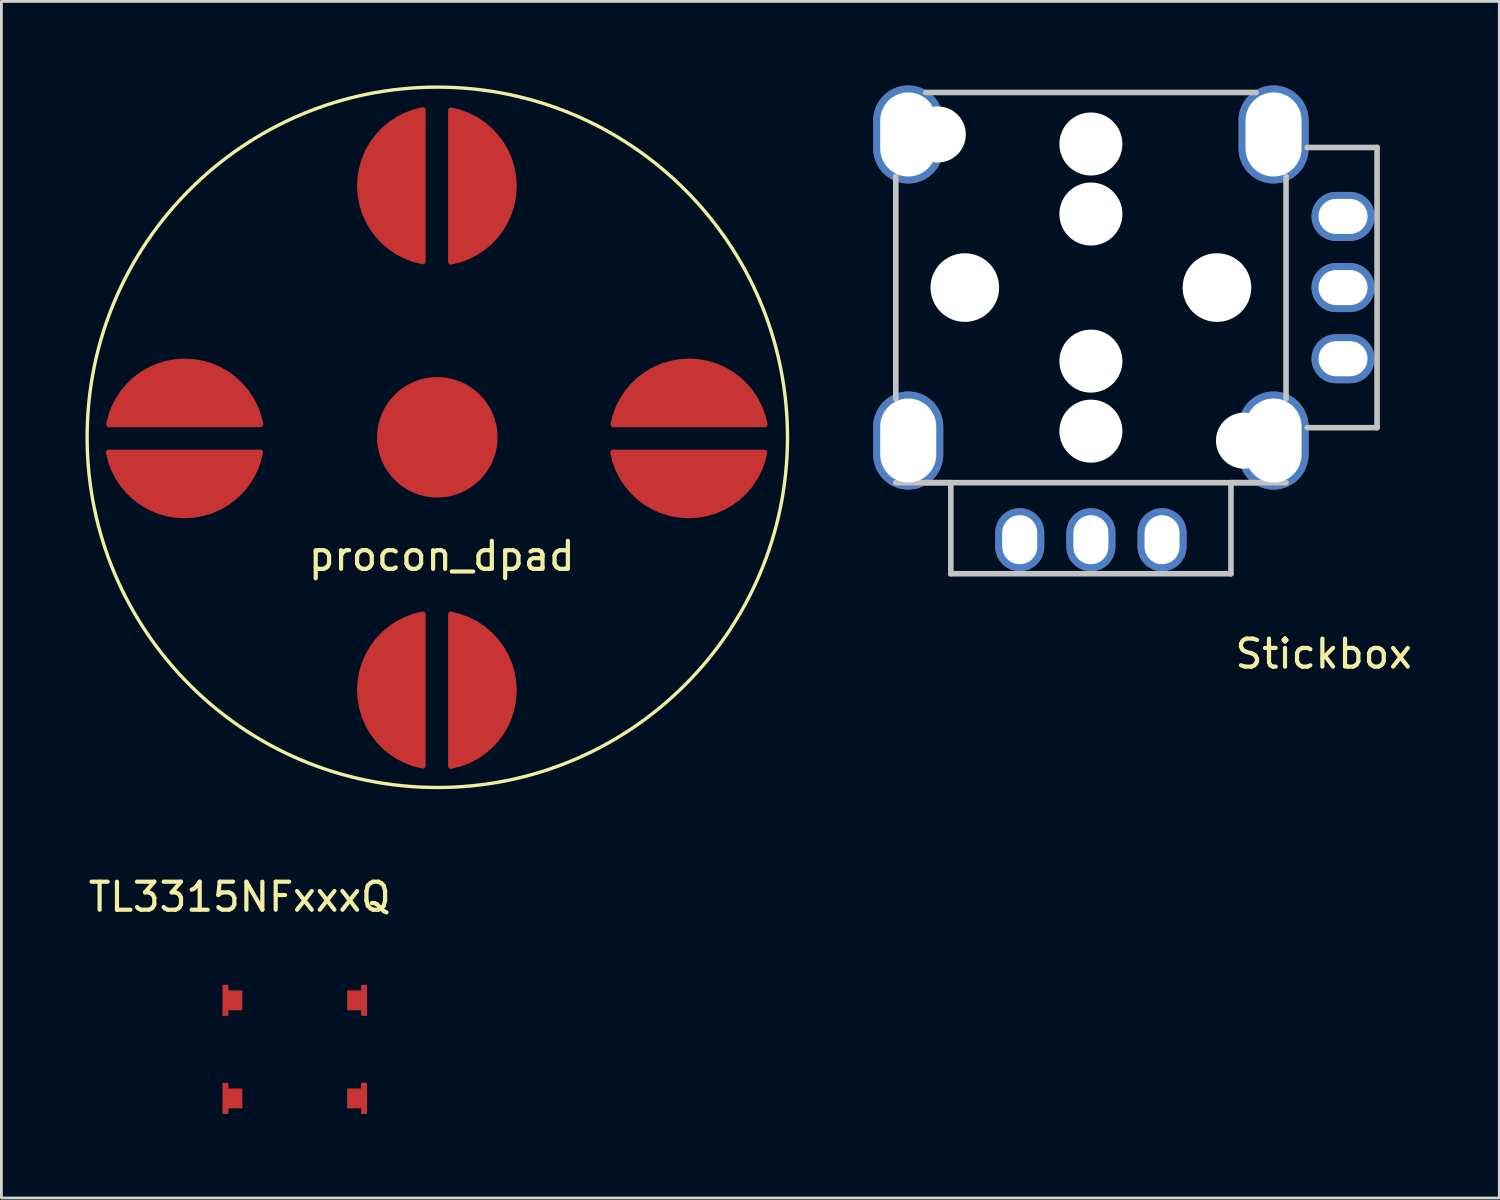
<source format=kicad_pcb>
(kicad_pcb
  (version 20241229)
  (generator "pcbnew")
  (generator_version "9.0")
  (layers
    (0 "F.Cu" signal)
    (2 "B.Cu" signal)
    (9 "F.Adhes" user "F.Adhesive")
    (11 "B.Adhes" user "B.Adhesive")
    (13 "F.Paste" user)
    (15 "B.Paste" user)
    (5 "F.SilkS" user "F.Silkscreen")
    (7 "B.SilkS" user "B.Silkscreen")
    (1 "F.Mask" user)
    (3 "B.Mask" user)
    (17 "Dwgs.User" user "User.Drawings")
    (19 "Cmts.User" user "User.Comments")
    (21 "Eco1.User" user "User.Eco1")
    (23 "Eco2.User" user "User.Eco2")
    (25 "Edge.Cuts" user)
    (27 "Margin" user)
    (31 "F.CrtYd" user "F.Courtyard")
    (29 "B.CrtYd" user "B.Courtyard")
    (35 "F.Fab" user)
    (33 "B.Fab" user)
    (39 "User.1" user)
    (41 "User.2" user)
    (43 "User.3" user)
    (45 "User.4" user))
  (footprint "Stickbox"
    (layer "F.Cu")
    (at 44.89 9.755)
    (property "Reference" "Stickbox" (at -0.69 10.535 0) (layer "F.SilkS") (effects (font (size 1 1) (thickness 0.15))))
    (attr exclude_from_pos_files exclude_from_bom)
    (fp_line (start -16.225 -7.64) (end -16.225 -8.44) (stroke (width 0.2) (type solid)) (layer "Dwgs.User"))
    (fp_line (start -16.225 3.36) (end -16.225 2.56) (stroke (width 0.2) (type solid)) (layer "Dwgs.User"))
    (fp_line (start -15.965 1.427) (end -15.965 -6.507) (stroke (width 0.2) (type solid)) (layer "Dwgs.User"))
    (fp_line (start -15.965 4.425) (end -2.035 4.425) (stroke (width 0.2) (type solid)) (layer "Dwgs.User"))
    (fp_line (start -14.895 -9.505) (end -3.105 -9.505) (stroke (width 0.2) (type solid)) (layer "Dwgs.User"))
    (fp_line (start -14.775 2.56) (end -14.775 3.36) (stroke (width 0.2) (type solid)) (layer "Dwgs.User"))
    (fp_line (start -14 4.425) (end -14.895 4.425) (stroke (width 0.2) (type solid)) (layer "Dwgs.User"))
    (fp_line (start -14 4.425) (end -14 7.675) (stroke (width 0.2) (type solid)) (layer "Dwgs.User"))
    (fp_line (start -14 7.675) (end -4 7.675) (stroke (width 0.2) (type solid)) (layer "Dwgs.User"))
    (fp_line (start -4 4.425) (end -3.105 4.425) (stroke (width 0.2) (type solid)) (layer "Dwgs.User"))
    (fp_line (start -4 7.675) (end -4 4.425) (stroke (width 0.2) (type solid)) (layer "Dwgs.User"))
    (fp_line (start -3.225 -7.64) (end -3.225 -8.44) (stroke (width 0.2) (type solid)) (layer "Dwgs.User"))
    (fp_line (start -2.035 1.427) (end -2.035 -6.507) (stroke (width 0.2) (type solid)) (layer "Dwgs.User"))
    (fp_line (start -1.775 -8.44) (end -1.775 -7.64) (stroke (width 0.2) (type solid)) (layer "Dwgs.User"))
    (fp_line (start -1.775 2.56) (end -1.775 3.36) (stroke (width 0.2) (type solid)) (layer "Dwgs.User"))
    (fp_line (start 1.215 -7.54) (end -1.279 -7.54) (stroke (width 0.2) (type solid)) (layer "Dwgs.User"))
    (fp_line (start 1.215 2.46) (end -1.279 2.46) (stroke (width 0.2) (type solid)) (layer "Dwgs.User"))
    (fp_line (start 1.215 2.46) (end 1.215 -7.54) (stroke (width 0.2) (type solid)) (layer "Dwgs.User"))
    (fp_arc (start -16.224999 -8.440001) (mid -15.738011 -9.124818) (end -14.931275 -8.889641) (stroke (width 0.2) (type solid)) (layer "Dwgs.User"))
    (fp_arc (start -16.224999 2.56) (mid -15.5 1.835001) (end -14.775001 2.56) (stroke (width 0.2) (type solid)) (layer "Dwgs.User"))
    (fp_arc (start -14.972069 -7.143095) (mid -15.767279 -6.966066) (end -16.225001 -7.640001) (stroke (width 0.2) (type solid)) (layer "Dwgs.User"))
    (fp_arc (start -14.775 3.36) (mid -15.5 4.085) (end -16.225 3.36) (stroke (width 0.2) (type solid)) (layer "Dwgs.User"))
    (fp_arc (start -3.225 -8.440001) (mid -2.5 -9.165001) (end -1.775 -8.440001) (stroke (width 0.2) (type solid)) (layer "Dwgs.User"))
    (fp_arc (start -3.02793 2.063094) (mid -2.23272 1.886066) (end -1.775 2.560001) (stroke (width 0.2) (type solid)) (layer "Dwgs.User"))
    (fp_arc (start -1.775 -7.640001) (mid -2.5 -6.915001) (end -3.225 -7.640001) (stroke (width 0.2) (type solid)) (layer "Dwgs.User"))
    (fp_arc (start -1.775 3.36) (mid -2.261989 4.044818) (end -3.068726 3.80964) (stroke (width 0.2) (type solid)) (layer "Dwgs.User"))
    (pad "" thru_hole oval (at -15.52 -8.005 90) (size 3.5 2.5) (drill oval 3 2) (layers "*.Cu" "*.Mask"))
    (pad "" thru_hole oval (at -15.52 2.92 90) (size 3.5 2.5) (drill oval 3 2) (layers "*.Cu" "*.Mask"))
    (pad "" np_thru_hole circle (at -14.465 -8.005 90) (size 2 2) (drill 2) (layers "*.Cu" "*.Mask"))
    (pad "" np_thru_hole circle (at -13.5 -2.54 270) (size 2.45 2.45) (drill 2.45) (layers "*.Cu" "*.Mask"))
    (pad "" np_thru_hole circle (at -9 -7.665 270) (size 2.25 2.25) (drill 2.25) (layers "*.Cu" "*.Mask"))
    (pad "" np_thru_hole circle (at -9 -5.165 270) (size 2.25 2.25) (drill 2.25) (layers "*.Cu" "*.Mask"))
    (pad "" np_thru_hole circle (at -9 0.085 270) (size 2.25 2.25) (drill 2.25) (layers "*.Cu" "*.Mask"))
    (pad "" np_thru_hole circle (at -9 2.585 270) (size 2.25 2.25) (drill 2.25) (layers "*.Cu" "*.Mask"))
    (pad "" np_thru_hole circle (at -4.5 -2.54 270) (size 2.45 2.45) (drill 2.45) (layers "*.Cu" "*.Mask"))
    (pad "" np_thru_hole circle (at -3.535 2.925 270) (size 2 2) (drill 2) (layers "*.Cu" "*.Mask"))
    (pad "" thru_hole oval (at -2.48 -8.005 270) (size 3.5 2.5) (drill oval 3 2) (layers "*.Cu" "*.Mask"))
    (pad "" thru_hole oval (at -2.48 2.92 270) (size 3.5 2.5) (drill oval 3 2) (layers "*.Cu" "*.Mask"))
    (pad "X1" thru_hole oval (at -6.46 6.46 270) (size 2.25 1.75) (drill oval 1.75 1.25) (layers "*.Cu" "*.Mask"))
    (pad "X2" thru_hole oval (at -9 6.46 270) (size 2.25 1.75) (drill oval 1.75 1.25) (layers "*.Cu" "*.Mask"))
    (pad "X3" thru_hole oval (at -11.54 6.46 270) (size 2.25 1.75) (drill oval 1.75 1.25) (layers "*.Cu" "*.Mask"))
    (pad "Y1" thru_hole oval (at 0 0 180) (size 2.25 1.75) (drill oval 1.75 1.25) (layers "*.Cu" "*.Mask"))
    (pad "Y2" thru_hole oval (at 0 -2.54 180) (size 2.25 1.75) (drill oval 1.75 1.25) (layers "*.Cu" "*.Mask"))
    (pad "Y3" thru_hole oval (at 0 -5.08 180) (size 2.25 1.75) (drill oval 1.75 1.25) (layers "*.Cu" "*.Mask")))
  (footprint "TL3315NFxxxQ"
    (layer "F.Cu")
    (at 5.246 32.658)
    (property "Reference" "TL3315NFxxxQ" (at 0.26 -3.69 0) (layer "F.SilkS") (effects (font (size 1 1) (thickness 0.15))))
    (attr smd)
    (pad "1" smd custom (at 0 0) (size 0.5 0.5) (layers "F.Cu" "F.Mask" "F.Paste") (options (anchor rect)) (primitives (gr_poly (pts (xy -0.35 0.55) (xy -0.35 -0.55) (xy -0.15 -0.55) (xy -0.15 -0.35) (xy 0.35 -0.35) (xy 0.35 0.35) (xy -0.15 0.35) (xy -0.15 0.55)) (width 0.01) (fill yes))))
    (pad "2" smd custom (at 4.45 0 180) (size 0.5 0.5) (layers "F.Cu" "F.Mask" "F.Paste") (options (anchor rect)) (primitives (gr_poly (pts (xy -0.35 0.55) (xy -0.35 -0.55) (xy -0.15 -0.55) (xy -0.15 -0.35) (xy 0.35 -0.35) (xy 0.35 0.35) (xy -0.15 0.35) (xy -0.15 0.55)) (width 0.01) (fill yes))))
    (pad "3" smd custom (at 0 3.5) (size 0.5 0.5) (layers "F.Cu" "F.Mask" "F.Paste") (options (anchor rect)) (primitives (gr_poly (pts (xy -0.35 0.55) (xy -0.35 -0.55) (xy -0.15 -0.55) (xy -0.15 -0.35) (xy 0.35 -0.35) (xy 0.35 0.35) (xy -0.15 0.35) (xy -0.15 0.55)) (width 0.01) (fill yes))))
    (pad "4" smd custom (at 4.45 3.5 180) (size 0.5 0.5) (layers "F.Cu" "F.Mask" "F.Paste") (options (anchor rect)) (primitives (gr_poly (pts (xy -0.35 0.55) (xy -0.35 -0.55) (xy -0.15 -0.55) (xy -0.15 -0.35) (xy 0.35 -0.35) (xy 0.35 0.35) (xy -0.15 0.35) (xy -0.15 0.55)) (width 0.01) (fill yes)))))
  (footprint "procon_dpad"
    (layer "F.Cu")
    (at 12.56 12.56)
    (property "Reference" "procon_dpad" (at 0.16 4.24 0) (layer "F.SilkS") (effects (font (size 1 1) (thickness 0.15))))
    (attr exclude_from_pos_files exclude_from_bom)
    (fp_circle (center 0 0) (end 12.5 0) (stroke (width 0.12) (type solid)) (fill no) (layer "F.SilkS"))
    (pad "" smd circle (at -9.02 0.03) (size 5.7 5.7) (layers "F.Mask"))
    (pad "" smd circle (at -0.03 9.03) (size 5.7 5.7) (layers "F.Mask"))
    (pad "" smd circle (at 0 -8.98) (size 5.7 5.7) (layers "F.Mask"))
    (pad "" smd circle (at 0 0 180) (size 4.3 4.3) (layers "F.Cu"))
    (pad "" smd circle (at 8.98 0.03) (size 5.7 5.7) (layers "F.Mask"))
    (pad "1" smd custom (at -1.515 -8.98 90) (size 1.524 1.524) (layers "F.Cu" "F.Mask" "F.Paste") (options (anchor circle)) (primitives (gr_arc (start -2.703585 0.997763) (mid 0.001138 -1.249839) (end 2.704 1) (width 0.2)) (gr_line (start -2.704 1) (end 2.704 1) (width 0.2)) (gr_poly (pts (xy -2.704 1) (xy 2.704 1) (xy 1.678 -0.678) (xy 0 -1.25) (xy -1.678 -0.678)) (width 0.2) (fill yes))))
    (pad "2" smd custom (at 8.975 1.54 180) (size 1.524 1.524) (layers "F.Cu" "F.Mask" "F.Paste") (options (anchor circle)) (primitives (gr_arc (start -2.703585 0.997763) (mid 0.001138 -1.249839) (end 2.704 1) (width 0.2)) (gr_line (start -2.704 1) (end 2.704 1) (width 0.2)) (gr_poly (pts (xy -2.704 1) (xy 2.704 1) (xy 1.678 -0.678) (xy 0 -1.25) (xy -1.678 -0.678)) (width 0.2) (fill yes))))
    (pad "3" smd custom (at -1.515 9.02 90) (size 1.524 1.524) (layers "F.Cu" "F.Mask" "F.Paste") (options (anchor circle)) (primitives (gr_arc (start -2.703585 0.997763) (mid 0.001138 -1.249839) (end 2.704 1) (width 0.2)) (gr_line (start -2.704 1) (end 2.704 1) (width 0.2)) (gr_poly (pts (xy -2.704 1) (xy 2.704 1) (xy 1.678 -0.678) (xy 0 -1.25) (xy -1.678 -0.678)) (width 0.2) (fill yes))))
    (pad "4" smd custom (at -9.025 1.54 180) (size 1.524 1.524) (layers "F.Cu" "F.Mask" "F.Paste") (options (anchor circle)) (primitives (gr_arc (start -2.703585 0.997763) (mid 0.001138 -1.249839) (end 2.704 1) (width 0.2)) (gr_line (start -2.704 1) (end 2.704 1) (width 0.2)) (gr_poly (pts (xy -2.704 1) (xy 2.704 1) (xy 1.678 -0.678) (xy 0 -1.25) (xy -1.678 -0.678)) (width 0.2) (fill yes))))
    (pad "GND" smd custom (at -9.015 -1.46) (size 1.524 1.524) (layers "F.Cu" "F.Mask" "F.Paste") (options (anchor circle)) (primitives (gr_arc (start -2.703585 0.997763) (mid 0.001138 -1.249839) (end 2.704 1) (width 0.2)) (gr_line (start -2.704 1) (end 2.704 1) (width 0.2)) (gr_poly (pts (xy -2.704 1) (xy 2.704 1) (xy 1.678 -0.678) (xy 0 -1.25) (xy -1.678 -0.678)) (width 0.2) (fill yes))))
    (pad "GND" smd custom (at 1.485 -8.97 270) (size 1.524 1.524) (layers "F.Cu" "F.Mask" "F.Paste") (options (anchor circle)) (primitives (gr_arc (start -2.703585 0.997763) (mid 0.001138 -1.249839) (end 2.704 1) (width 0.2)) (gr_line (start -2.704 1) (end 2.704 1) (width 0.2)) (gr_poly (pts (xy -2.704 1) (xy 2.704 1) (xy 1.678 -0.678) (xy 0 -1.25) (xy -1.678 -0.678)) (width 0.2) (fill yes))))
    (pad "GND" smd custom (at 1.485 9.03 270) (size 1.524 1.524) (layers "F.Cu" "F.Mask" "F.Paste") (options (anchor circle)) (primitives (gr_arc (start -2.703585 0.997763) (mid 0.001138 -1.249839) (end 2.704 1) (width 0.2)) (gr_line (start -2.704 1) (end 2.704 1) (width 0.2)) (gr_poly (pts (xy -2.704 1) (xy 2.704 1) (xy 1.678 -0.678) (xy 0 -1.25) (xy -1.678 -0.678)) (width 0.2) (fill yes))))
    (pad "GND" smd custom (at 8.985 -1.46) (size 1.524 1.524) (layers "F.Cu" "F.Mask" "F.Paste") (options (anchor circle)) (primitives (gr_arc (start -2.703585 0.997763) (mid 0.001138 -1.249839) (end 2.704 1) (width 0.2)) (gr_line (start -2.704 1) (end 2.704 1) (width 0.2)) (gr_poly (pts (xy -2.704 1) (xy 2.704 1) (xy 1.678 -0.678) (xy 0 -1.25) (xy -1.678 -0.678)) (width 0.2) (fill yes)))))
  (gr_rect
    (start -3 -3)
    (end 50.468 39.713)
    (stroke (width 0.1) (type default))
    (fill no)
    (layer "Edge.Cuts")))
</source>
